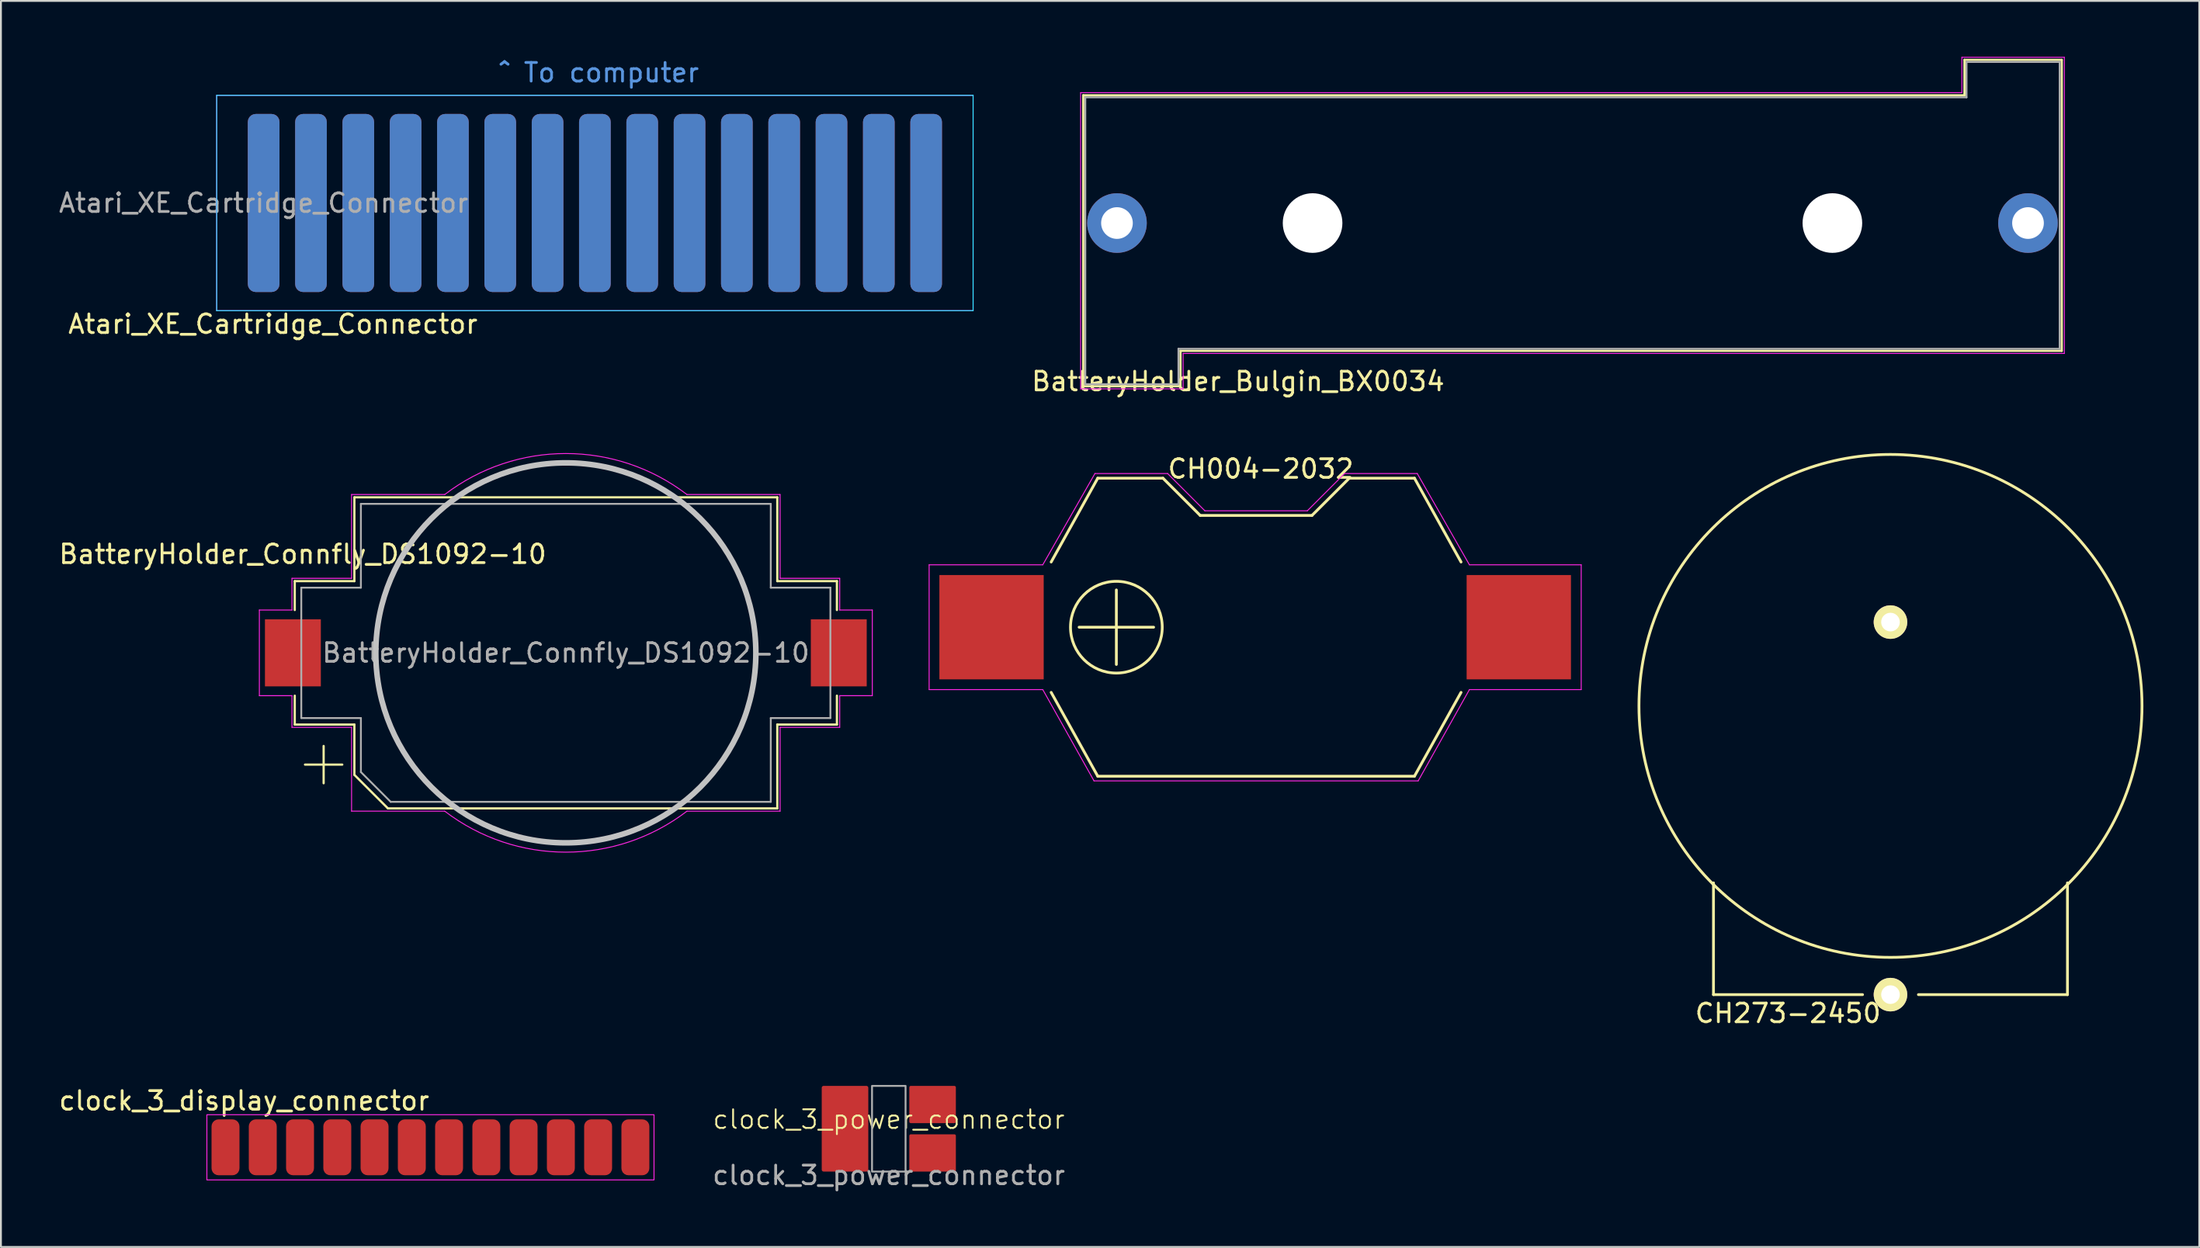
<source format=kicad_pcb>
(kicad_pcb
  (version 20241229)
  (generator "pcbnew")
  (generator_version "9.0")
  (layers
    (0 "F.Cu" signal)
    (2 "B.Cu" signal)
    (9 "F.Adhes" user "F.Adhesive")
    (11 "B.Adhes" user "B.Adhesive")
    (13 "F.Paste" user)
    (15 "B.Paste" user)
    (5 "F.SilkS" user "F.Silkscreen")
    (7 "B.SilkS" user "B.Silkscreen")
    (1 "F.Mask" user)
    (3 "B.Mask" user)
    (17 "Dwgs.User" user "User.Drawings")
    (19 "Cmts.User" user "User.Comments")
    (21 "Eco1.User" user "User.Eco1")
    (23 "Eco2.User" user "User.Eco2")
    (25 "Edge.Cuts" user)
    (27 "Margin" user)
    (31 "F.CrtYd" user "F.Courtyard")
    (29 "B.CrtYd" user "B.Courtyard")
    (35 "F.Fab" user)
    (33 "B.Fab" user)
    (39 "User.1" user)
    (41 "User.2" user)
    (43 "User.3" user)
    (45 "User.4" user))
  (footprint "BatteryHolder_Connfly_DS1092-10"
    (layer "F.Cu")
    (at 27.321 31.999)
    (property "Reference" "BatteryHolder_Connfly_DS1092-10" (at -14.125 -5.3 0) (layer "F.SilkS") (effects (font (size 1 1) (thickness 0.15))))
    (attr smd)
    (fp_line (start -14.55 -3.85) (end -14.55 -2.3) (stroke (width 0.12) (type solid)) (layer "F.SilkS"))
    (fp_line (start -14.55 3.85) (end -14.55 2.3) (stroke (width 0.12) (type solid)) (layer "F.SilkS"))
    (fp_line (start -13 5) (end -13 7) (stroke (width 0.12) (type solid)) (layer "F.SilkS"))
    (fp_line (start -12 6) (end -14 6) (stroke (width 0.12) (type solid)) (layer "F.SilkS"))
    (fp_line (start -11.35 -8.35) (end -11.35 -3.85) (stroke (width 0.12) (type solid)) (layer "F.SilkS"))
    (fp_line (start -11.35 -8.35) (end 11.35 -8.35) (stroke (width 0.12) (type solid)) (layer "F.SilkS"))
    (fp_line (start -11.35 -3.85) (end -14.55 -3.85) (stroke (width 0.12) (type solid)) (layer "F.SilkS"))
    (fp_line (start -11.35 3.85) (end -14.55 3.85) (stroke (width 0.12) (type solid)) (layer "F.SilkS"))
    (fp_line (start -11.35 6.55) (end -11.35 3.85) (stroke (width 0.12) (type solid)) (layer "F.SilkS"))
    (fp_line (start -9.55 8.35) (end -11.35 6.55) (stroke (width 0.12) (type solid)) (layer "F.SilkS"))
    (fp_line (start 11.35 -8.35) (end 11.35 -3.85) (stroke (width 0.12) (type solid)) (layer "F.SilkS"))
    (fp_line (start 11.35 -3.85) (end 14.55 -3.85) (stroke (width 0.12) (type solid)) (layer "F.SilkS"))
    (fp_line (start 11.35 3.85) (end 14.55 3.85) (stroke (width 0.12) (type solid)) (layer "F.SilkS"))
    (fp_line (start 11.35 8.35) (end -9.55 8.35) (stroke (width 0.12) (type solid)) (layer "F.SilkS"))
    (fp_line (start 11.35 8.35) (end 11.35 3.85) (stroke (width 0.12) (type solid)) (layer "F.SilkS"))
    (fp_line (start 14.55 -3.85) (end 14.55 -2.3) (stroke (width 0.12) (type solid)) (layer "F.SilkS"))
    (fp_line (start 14.55 3.85) (end 14.55 2.3) (stroke (width 0.12) (type solid)) (layer "F.SilkS"))
    (fp_circle (center 0 0) (end -10.2 0) (stroke (width 0.3) (type solid)) (fill no) (layer "Dwgs.User"))
    (fp_line (start -16.45 2.3) (end -16.45 -2.3) (stroke (width 0.05) (type solid)) (layer "F.CrtYd"))
    (fp_line (start -14.7 -4) (end -11.5 -4) (stroke (width 0.05) (type solid)) (layer "F.CrtYd"))
    (fp_line (start -14.7 -2.3) (end -16.45 -2.3) (stroke (width 0.05) (type solid)) (layer "F.CrtYd"))
    (fp_line (start -14.7 -2.3) (end -14.7 -4) (stroke (width 0.05) (type solid)) (layer "F.CrtYd"))
    (fp_line (start -14.7 2.3) (end -16.45 2.3) (stroke (width 0.05) (type solid)) (layer "F.CrtYd"))
    (fp_line (start -14.7 4) (end -14.7 2.3) (stroke (width 0.05) (type solid)) (layer "F.CrtYd"))
    (fp_line (start -14.7 4) (end -11.5 4) (stroke (width 0.05) (type solid)) (layer "F.CrtYd"))
    (fp_line (start -11.5 -8.5) (end -6.5 -8.5) (stroke (width 0.05) (type solid)) (layer "F.CrtYd"))
    (fp_line (start -11.5 -4) (end -11.5 -8.5) (stroke (width 0.05) (type solid)) (layer "F.CrtYd"))
    (fp_line (start -11.5 4) (end -11.5 8.5) (stroke (width 0.05) (type solid)) (layer "F.CrtYd"))
    (fp_line (start -6.5 8.5) (end -11.5 8.5) (stroke (width 0.05) (type solid)) (layer "F.CrtYd"))
    (fp_line (start 11.5 -8.5) (end 6.5 -8.5) (stroke (width 0.05) (type solid)) (layer "F.CrtYd"))
    (fp_line (start 11.5 -8.5) (end 11.5 -4) (stroke (width 0.05) (type solid)) (layer "F.CrtYd"))
    (fp_line (start 11.5 -4) (end 14.7 -4) (stroke (width 0.05) (type solid)) (layer "F.CrtYd"))
    (fp_line (start 11.5 4) (end 11.5 8.5) (stroke (width 0.05) (type solid)) (layer "F.CrtYd"))
    (fp_line (start 11.5 8.5) (end 6.5 8.5) (stroke (width 0.05) (type solid)) (layer "F.CrtYd"))
    (fp_line (start 14.7 -4) (end 14.7 -2.3) (stroke (width 0.05) (type solid)) (layer "F.CrtYd"))
    (fp_line (start 14.7 -2.3) (end 16.45 -2.3) (stroke (width 0.05) (type solid)) (layer "F.CrtYd"))
    (fp_line (start 14.7 2.3) (end 14.7 4) (stroke (width 0.05) (type solid)) (layer "F.CrtYd"))
    (fp_line (start 14.7 4) (end 11.5 4) (stroke (width 0.05) (type solid)) (layer "F.CrtYd"))
    (fp_line (start 16.45 -2.3) (end 16.45 2.3) (stroke (width 0.05) (type solid)) (layer "F.CrtYd"))
    (fp_line (start 16.45 2.3) (end 14.7 2.3) (stroke (width 0.05) (type solid)) (layer "F.CrtYd"))
    (fp_arc (start -6.499999 -8.5) (mid 0 -10.700467) (end 6.5 -8.5) (stroke (width 0.05) (type solid)) (layer "F.CrtYd"))
    (fp_arc (start 6.499999 8.5) (mid 0 10.700467) (end -6.5 8.5) (stroke (width 0.05) (type solid)) (layer "F.CrtYd"))
    (fp_line (start -14.2 -3.5) (end -11 -3.5) (stroke (width 0.1) (type solid)) (layer "F.Fab"))
    (fp_line (start -14.2 3.5) (end -14.2 -3.5) (stroke (width 0.1) (type solid)) (layer "F.Fab"))
    (fp_line (start -11 -8) (end -11 -3.5) (stroke (width 0.1) (type solid)) (layer "F.Fab"))
    (fp_line (start -11 3.5) (end -14.2 3.5) (stroke (width 0.1) (type solid)) (layer "F.Fab"))
    (fp_line (start -11 6.4) (end -11 3.5) (stroke (width 0.1) (type solid)) (layer "F.Fab"))
    (fp_line (start -9.4 8) (end -11 6.4) (stroke (width 0.1) (type solid)) (layer "F.Fab"))
    (fp_line (start 11 -8) (end -11 -8) (stroke (width 0.1) (type solid)) (layer "F.Fab"))
    (fp_line (start 11 -8) (end 11 -3.5) (stroke (width 0.1) (type solid)) (layer "F.Fab"))
    (fp_line (start 11 3.5) (end 14.2 3.5) (stroke (width 0.1) (type solid)) (layer "F.Fab"))
    (fp_line (start 11 8) (end -9.4 8) (stroke (width 0.1) (type solid)) (layer "F.Fab"))
    (fp_line (start 11 8) (end 11 3.5) (stroke (width 0.1) (type solid)) (layer "F.Fab"))
    (fp_line (start 14.2 -3.5) (end 11 -3.5) (stroke (width 0.1) (type solid)) (layer "F.Fab"))
    (fp_line (start 14.2 3.5) (end 14.2 -3.5) (stroke (width 0.1) (type solid)) (layer "F.Fab"))
    (fp_text user "${REFERENCE}" (at 0 0 0) (layer "F.Fab") (effects (font (size 1 1) (thickness 0.15))))
    (pad "1" smd rect (at -14.65 0 180) (size 3 3.6) (layers "F.Cu" "F.Mask" "F.Paste"))
    (pad "2" smd rect (at 14.65 0 180) (size 3 3.6) (layers "F.Cu" "F.Mask" "F.Paste")))
  (footprint "CH004-2032"
    (layer "F.Cu")
    (at 64.371 30.622)
    (property "Reference" "CH004-2032" (at 0.25 -8.5 0) (layer "F.SilkS") (effects (font (size 1 1) (thickness 0.15))))
    (attr through_hole)
    (fp_line (start -11 3.5) (end -8.5 8) (stroke (width 0.15) (type solid)) (layer "F.SilkS"))
    (fp_line (start -9.5 0) (end -5.5 0) (stroke (width 0.15) (type solid)) (layer "F.SilkS"))
    (fp_line (start -8.5 -8) (end -11 -3.5) (stroke (width 0.15) (type solid)) (layer "F.SilkS"))
    (fp_line (start -8.5 8) (end 8.5 8) (stroke (width 0.15) (type solid)) (layer "F.SilkS"))
    (fp_line (start -7.5 -2) (end -7.5 2) (stroke (width 0.15) (type solid)) (layer "F.SilkS"))
    (fp_line (start -5 -8) (end -8.5 -8) (stroke (width 0.15) (type solid)) (layer "F.SilkS"))
    (fp_line (start -3 -6) (end -5 -8) (stroke (width 0.15) (type solid)) (layer "F.SilkS"))
    (fp_line (start 3 -6) (end -3 -6) (stroke (width 0.15) (type solid)) (layer "F.SilkS"))
    (fp_line (start 5 -8) (end 3 -6) (stroke (width 0.15) (type solid)) (layer "F.SilkS"))
    (fp_line (start 8.5 -8) (end 5 -8) (stroke (width 0.15) (type solid)) (layer "F.SilkS"))
    (fp_line (start 8.5 8) (end 11 3.5) (stroke (width 0.15) (type solid)) (layer "F.SilkS"))
    (fp_line (start 11 -3.5) (end 8.5 -8) (stroke (width 0.15) (type solid)) (layer "F.SilkS"))
    (fp_circle (center -7.5 0) (end -8.5 -2.25) (stroke (width 0.15) (type solid)) (fill no) (layer "F.SilkS"))
    (fp_line (start -17.55 -3.35) (end -11.45 -3.35) (stroke (width 0.05) (type solid)) (layer "F.CrtYd"))
    (fp_line (start -17.55 3.35) (end -17.55 -3.35) (stroke (width 0.05) (type solid)) (layer "F.CrtYd"))
    (fp_line (start -11.45 -3.35) (end -8.65 -8.25) (stroke (width 0.05) (type solid)) (layer "F.CrtYd"))
    (fp_line (start -11.45 3.35) (end -17.55 3.35) (stroke (width 0.05) (type solid)) (layer "F.CrtYd"))
    (fp_line (start -8.7 8.25) (end -11.45 3.35) (stroke (width 0.05) (type solid)) (layer "F.CrtYd"))
    (fp_line (start -8.65 -8.25) (end -4.75 -8.25) (stroke (width 0.05) (type solid)) (layer "F.CrtYd"))
    (fp_line (start -4.75 -8.25) (end -2.75 -6.25) (stroke (width 0.05) (type solid)) (layer "F.CrtYd"))
    (fp_line (start -2.75 -6.25) (end 2.75 -6.25) (stroke (width 0.05) (type solid)) (layer "F.CrtYd"))
    (fp_line (start 2.75 -6.25) (end 4.75 -8.25) (stroke (width 0.05) (type solid)) (layer "F.CrtYd"))
    (fp_line (start 4.75 -8.25) (end 8.65 -8.25) (stroke (width 0.05) (type solid)) (layer "F.CrtYd"))
    (fp_line (start 8.65 -8.25) (end 11.45 -3.35) (stroke (width 0.05) (type solid)) (layer "F.CrtYd"))
    (fp_line (start 8.7 8.25) (end -8.7 8.25) (stroke (width 0.05) (type solid)) (layer "F.CrtYd"))
    (fp_line (start 11.45 -3.35) (end 17.45 -3.35) (stroke (width 0.05) (type solid)) (layer "F.CrtYd"))
    (fp_line (start 11.45 3.35) (end 8.7 8.25) (stroke (width 0.05) (type solid)) (layer "F.CrtYd"))
    (fp_line (start 17.45 -3.35) (end 17.45 3.35) (stroke (width 0.05) (type solid)) (layer "F.CrtYd"))
    (fp_line (start 17.45 3.35) (end 11.45 3.35) (stroke (width 0.05) (type solid)) (layer "F.CrtYd"))
    (pad "1" smd rect (at -14.2 0) (size 5.6 5.6) (layers "F.Cu" "F.Mask" "F.Paste"))
    (pad "2" smd rect (at 14.1 0) (size 5.6 5.6) (layers "F.Cu" "F.Mask" "F.Paste")))
  (footprint "clock_3_power_connector"
    (layer "F.Cu")
    (at 44.656 57.547)
    (property "Reference" "clock_3_power_connector" (at 0 -0.5 0) (unlocked yes) (layer "F.SilkS") (effects (font (size 1 1) (thickness 0.1))))
    (attr smd)
    (fp_rect (start -0.9 -2.3) (end 0.9 2.3) (stroke (width 0.1) (type default)) (fill no) (layer "F.Fab"))
    (fp_text user "${REFERENCE}" (at 0 2.5 0) (unlocked yes) (layer "F.Fab") (effects (font (size 1 1) (thickness 0.15))))
    (pad "1" smd roundrect (at 2.35 -1.3) (size 2.5 2) (layers "F.Cu" "F.Mask" "F.Paste") (roundrect_rratio 0.04))
    (pad "2" smd roundrect (at 2.35 1.3) (size 2.5 2) (layers "F.Cu" "F.Mask" "F.Paste") (roundrect_rratio 0.04))
    (pad "3" smd roundrect (at -2.35 0) (size 2.5 4.6) (layers "F.Cu" "F.Mask" "F.Paste") (roundrect_rratio 0.04)))
  (footprint "clock_3_display_connector"
    (layer "F.Cu")
    (at 9.054 58.545)
    (property "Reference" "clock_3_display_connector" (at 1 -2.5 0) (unlocked yes) (layer "F.SilkS") (effects (font (size 1 1) (thickness 0.15))))
    (attr smd)
    (fp_rect (start -1 -1.75) (end 23 1.75) (stroke (width 0.05) (type default)) (fill no) (layer "F.CrtYd"))
    (pad "1" smd roundrect (at 0 0) (size 1.5 3) (layers "F.Cu" "F.Mask" "F.Paste") (roundrect_rratio 0.25))
    (pad "2" smd roundrect (at 2 0) (size 1.5 3) (layers "F.Cu" "F.Mask" "F.Paste") (roundrect_rratio 0.25))
    (pad "3" smd roundrect (at 4 0) (size 1.5 3) (layers "F.Cu" "F.Mask" "F.Paste") (roundrect_rratio 0.25))
    (pad "4" smd roundrect (at 6 0) (size 1.5 3) (layers "F.Cu" "F.Mask" "F.Paste") (roundrect_rratio 0.25))
    (pad "5" smd roundrect (at 8 0) (size 1.5 3) (layers "F.Cu" "F.Mask" "F.Paste") (roundrect_rratio 0.25))
    (pad "6" smd roundrect (at 10 0) (size 1.5 3) (layers "F.Cu" "F.Mask" "F.Paste") (roundrect_rratio 0.25))
    (pad "7" smd roundrect (at 12 0) (size 1.5 3) (layers "F.Cu" "F.Mask" "F.Paste") (roundrect_rratio 0.25))
    (pad "8" smd roundrect (at 14 0) (size 1.5 3) (layers "F.Cu" "F.Mask" "F.Paste") (roundrect_rratio 0.25))
    (pad "9" smd roundrect (at 16 0) (size 1.5 3) (layers "F.Cu" "F.Mask" "F.Paste") (roundrect_rratio 0.25))
    (pad "10" smd roundrect (at 18 0) (size 1.5 3) (layers "F.Cu" "F.Mask" "F.Paste") (roundrect_rratio 0.25))
    (pad "11" smd roundrect (at 20 0) (size 1.5 3) (layers "F.Cu" "F.Mask" "F.Paste") (roundrect_rratio 0.25))
    (pad "12" smd roundrect (at 22 0) (size 1.5 3) (layers "F.Cu" "F.Mask" "F.Paste") (roundrect_rratio 0.25)))
  (footprint "Atari_XE_Cartridge_Connector"
    (layer "F.Cu")
    (at 11.101 7.848)
    (property "Reference" "Atari_XE_Cartridge_Connector" (at 0.5 6.5 0) (layer "F.SilkS") (effects (font (size 1 1) (thickness 0.15))))
    (attr smd)
    (fp_line (start -2.52 -5.78) (end 38.08 -5.78) (stroke (width 0.05) (type solid)) (layer "B.CrtYd"))
    (fp_line (start -2.52 5.78) (end -2.52 -5.78) (stroke (width 0.05) (type solid)) (layer "B.CrtYd"))
    (fp_line (start 38.08 -5.78) (end 38.08 5.78) (stroke (width 0.05) (type solid)) (layer "B.CrtYd"))
    (fp_line (start 38.08 5.78) (end -2.52 5.78) (stroke (width 0.05) (type solid)) (layer "B.CrtYd"))
    (fp_line (start -2.52 -5.78) (end 38.08 -5.78) (stroke (width 0.05) (type solid)) (layer "F.CrtYd"))
    (fp_line (start -2.52 5.78) (end -2.52 -5.78) (stroke (width 0.05) (type solid)) (layer "F.CrtYd"))
    (fp_line (start 38.08 -5.78) (end 38.08 5.78) (stroke (width 0.05) (type solid)) (layer "F.CrtYd"))
    (fp_line (start 38.08 5.78) (end -2.52 5.78) (stroke (width 0.05) (type solid)) (layer "F.CrtYd"))
    (fp_text user "^ To computer" (at 18 -7 0) (layer "Cmts.User") (effects (font (size 1 1) (thickness 0.15))))
    (fp_text user "${REFERENCE}" (at 0 0 0) (layer "F.Fab") (effects (font (size 1 1) (thickness 0.15))))
    (pad "1" smd roundrect (at 0 0) (size 1.7 9.56) (layers "B.Cu" "B.Mask" "B.Paste") (roundrect_rratio 0.25))
    (pad "2" smd roundrect (at 2.54 0) (size 1.7 9.56) (layers "B.Cu" "B.Mask" "B.Paste") (roundrect_rratio 0.25))
    (pad "3" smd roundrect (at 5.08 0) (size 1.7 9.56) (layers "B.Cu" "B.Mask" "B.Paste") (roundrect_rratio 0.25))
    (pad "4" smd roundrect (at 7.62 0) (size 1.7 9.56) (layers "B.Cu" "B.Mask" "B.Paste") (roundrect_rratio 0.25))
    (pad "5" smd roundrect (at 10.16 0) (size 1.7 9.56) (layers "B.Cu" "B.Mask" "B.Paste") (roundrect_rratio 0.25))
    (pad "6" smd roundrect (at 12.7 0) (size 1.7 9.56) (layers "B.Cu" "B.Mask" "B.Paste") (roundrect_rratio 0.25))
    (pad "7" smd roundrect (at 15.24 0) (size 1.7 9.56) (layers "B.Cu" "B.Mask" "B.Paste") (roundrect_rratio 0.25))
    (pad "8" smd roundrect (at 17.78 0) (size 1.7 9.56) (layers "B.Cu" "B.Mask" "B.Paste") (roundrect_rratio 0.25))
    (pad "9" smd roundrect (at 20.32 0) (size 1.7 9.56) (layers "B.Cu" "B.Mask" "B.Paste") (roundrect_rratio 0.25))
    (pad "10" smd roundrect (at 22.86 0) (size 1.7 9.56) (layers "B.Cu" "B.Mask" "B.Paste") (roundrect_rratio 0.25))
    (pad "11" smd roundrect (at 25.4 0) (size 1.7 9.56) (layers "B.Cu" "B.Mask" "B.Paste") (roundrect_rratio 0.25))
    (pad "12" smd roundrect (at 27.94 0) (size 1.7 9.56) (layers "B.Cu" "B.Mask" "B.Paste") (roundrect_rratio 0.25))
    (pad "13" smd roundrect (at 30.48 0) (size 1.7 9.56) (layers "B.Cu" "B.Mask" "B.Paste") (roundrect_rratio 0.25))
    (pad "14" smd roundrect (at 33.02 0) (size 1.7 9.56) (layers "B.Cu" "B.Mask" "B.Paste") (roundrect_rratio 0.25))
    (pad "15" smd roundrect (at 35.56 0) (size 1.7 9.56) (layers "B.Cu" "B.Mask" "B.Paste") (roundrect_rratio 0.25))
    (pad "16" smd roundrect (at 0 0) (size 1.7 9.56) (layers "F.Cu" "F.Mask" "F.Paste") (roundrect_rratio 0.25))
    (pad "17" smd roundrect (at 2.54 0) (size 1.7 9.56) (layers "F.Cu" "F.Mask" "F.Paste") (roundrect_rratio 0.25))
    (pad "18" smd roundrect (at 5.08 0) (size 1.7 9.56) (layers "F.Cu" "F.Mask" "F.Paste") (roundrect_rratio 0.25))
    (pad "19" smd roundrect (at 7.62 0) (size 1.7 9.56) (layers "F.Cu" "F.Mask" "F.Paste") (roundrect_rratio 0.25))
    (pad "20" smd roundrect (at 10.16 0) (size 1.7 9.56) (layers "F.Cu" "F.Mask" "F.Paste") (roundrect_rratio 0.25))
    (pad "21" smd roundrect (at 12.7 0) (size 1.7 9.56) (layers "F.Cu" "F.Mask" "F.Paste") (roundrect_rratio 0.25))
    (pad "22" smd roundrect (at 15.24 0) (size 1.7 9.56) (layers "F.Cu" "F.Mask" "F.Paste") (roundrect_rratio 0.25))
    (pad "23" smd roundrect (at 17.78 0) (size 1.7 9.56) (layers "F.Cu" "F.Mask" "F.Paste") (roundrect_rratio 0.25))
    (pad "24" smd roundrect (at 20.32 0) (size 1.7 9.56) (layers "F.Cu" "F.Mask" "F.Paste") (roundrect_rratio 0.25))
    (pad "25" smd roundrect (at 22.86 0) (size 1.7 9.56) (layers "F.Cu" "F.Mask" "F.Paste") (roundrect_rratio 0.25))
    (pad "26" smd roundrect (at 25.4 0) (size 1.7 9.56) (layers "F.Cu" "F.Mask" "F.Paste") (roundrect_rratio 0.25))
    (pad "27" smd roundrect (at 27.94 0) (size 1.7 9.56) (layers "F.Cu" "F.Mask" "F.Paste") (roundrect_rratio 0.25))
    (pad "28" smd roundrect (at 30.48 0) (size 1.7 9.56) (layers "F.Cu" "F.Mask" "F.Paste") (roundrect_rratio 0.25))
    (pad "29" smd roundrect (at 33.02 0) (size 1.7 9.56) (layers "F.Cu" "F.Mask" "F.Paste") (roundrect_rratio 0.25))
    (pad "30" smd roundrect (at 35.56 0) (size 1.7 9.56) (layers "F.Cu" "F.Mask" "F.Paste") (roundrect_rratio 0.25)))
  (footprint "BatteryHolder_Bulgin_BX0034"
    (layer "F.Cu")
    (at 56.903 8.925)
    (property "Reference" "BatteryHolder_Bulgin_BX0034" (at 6.5 8.5 0) (layer "F.SilkS") (effects (font (size 1 1) (thickness 0.15))))
    (attr through_hole)
    (fp_line (start -1.81 -6.86) (end 45.49 -6.86) (stroke (width 0.12) (type solid)) (layer "F.SilkS"))
    (fp_line (start -1.81 8.76) (end -1.81 -6.86) (stroke (width 0.12) (type solid)) (layer "F.SilkS"))
    (fp_line (start 3.41 6.86) (end 3.41 8.76) (stroke (width 0.12) (type solid)) (layer "F.SilkS"))
    (fp_line (start 3.41 8.76) (end -1.81 8.76) (stroke (width 0.12) (type solid)) (layer "F.SilkS"))
    (fp_line (start 45.49 -8.76) (end 50.71 -8.76) (stroke (width 0.12) (type solid)) (layer "F.SilkS"))
    (fp_line (start 45.49 -6.86) (end 45.49 -8.76) (stroke (width 0.12) (type solid)) (layer "F.SilkS"))
    (fp_line (start 50.71 -8.76) (end 50.71 6.86) (stroke (width 0.12) (type solid)) (layer "F.SilkS"))
    (fp_line (start 50.71 6.86) (end 3.41 6.86) (stroke (width 0.12) (type solid)) (layer "F.SilkS"))
    (fp_line (start -1.95 -7) (end 45.35 -7) (stroke (width 0.05) (type solid)) (layer "F.CrtYd"))
    (fp_line (start -1.95 8.9) (end -1.95 -7) (stroke (width 0.05) (type solid)) (layer "F.CrtYd"))
    (fp_line (start 3.55 7) (end 3.55 8.9) (stroke (width 0.05) (type solid)) (layer "F.CrtYd"))
    (fp_line (start 3.55 8.9) (end -1.95 8.9) (stroke (width 0.05) (type solid)) (layer "F.CrtYd"))
    (fp_line (start 45.35 -8.9) (end 50.85 -8.9) (stroke (width 0.05) (type solid)) (layer "F.CrtYd"))
    (fp_line (start 45.35 -7) (end 45.35 -8.9) (stroke (width 0.05) (type solid)) (layer "F.CrtYd"))
    (fp_line (start 50.85 -8.9) (end 50.85 7) (stroke (width 0.05) (type solid)) (layer "F.CrtYd"))
    (fp_line (start 50.85 7) (end 3.55 7) (stroke (width 0.05) (type solid)) (layer "F.CrtYd"))
    (fp_line (start -1.7 -6.75) (end -1.7 8.65) (stroke (width 0.1) (type solid)) (layer "F.Fab"))
    (fp_line (start -1.7 8.65) (end 3.3 8.65) (stroke (width 0.1) (type solid)) (layer "F.Fab"))
    (fp_line (start 3.3 6.75) (end 50.6 6.75) (stroke (width 0.1) (type solid)) (layer "F.Fab"))
    (fp_line (start 3.3 8.65) (end 3.3 6.75) (stroke (width 0.1) (type solid)) (layer "F.Fab"))
    (fp_line (start 45.6 -8.65) (end 45.6 -6.75) (stroke (width 0.1) (type solid)) (layer "F.Fab"))
    (fp_line (start 45.6 -6.75) (end -1.7 -6.75) (stroke (width 0.1) (type solid)) (layer "F.Fab"))
    (fp_line (start 50.6 -8.65) (end 45.6 -8.65) (stroke (width 0.1) (type solid)) (layer "F.Fab"))
    (fp_line (start 50.6 6.75) (end 50.6 -8.65) (stroke (width 0.1) (type solid)) (layer "F.Fab"))
    (pad "" np_thru_hole circle (at 10.5 0) (size 3.2 3.2) (drill 3.2) (layers "*.Cu" "*.Mask"))
    (pad "" np_thru_hole circle (at 38.4 0) (size 3.2 3.2) (drill 3.2) (layers "*.Cu" "*.Mask"))
    (pad "1" thru_hole circle (at 0 0) (size 3.2 3.2) (drill 1.7) (layers "*.Cu" "*.Mask"))
    (pad "2" thru_hole circle (at 48.9 0) (size 3.2 3.2) (drill 1.7) (layers "*.Cu" "*.Mask")))
  (footprint "CH273-2450"
    (layer "F.Cu")
    (at 98.421 34.848)
    (property "Reference" "CH273-2450" (at -5.5 16.5 0) (layer "F.SilkS") (effects (font (size 1 1) (thickness 0.15))))
    (attr through_hole)
    (fp_line (start -9.5 15.5) (end -9.5 9.5) (stroke (width 0.15) (type solid)) (layer "F.SilkS"))
    (fp_line (start -1.5 15.5) (end -9.5 15.5) (stroke (width 0.15) (type solid)) (layer "F.SilkS"))
    (fp_line (start 9.5 9.5) (end 9.5 15.5) (stroke (width 0.15) (type solid)) (layer "F.SilkS"))
    (fp_line (start 9.5 15.5) (end 1.5 15.5) (stroke (width 0.15) (type solid)) (layer "F.SilkS"))
    (fp_circle (center 0 0) (end 13.5 0) (stroke (width 0.15) (type solid)) (fill no) (layer "F.SilkS"))
    (pad "1" thru_hole circle (at 0 15.5) (size 1.8 1.8) (drill 1) (layers "*.Cu" "*.Mask" "F.SilkS"))
    (pad "2" thru_hole circle (at 0 -4.5) (size 1.8 1.8) (drill 1) (layers "*.Cu" "*.Mask" "F.SilkS")))
  (gr_rect
    (start -3 -3)
    (end 114.996 63.895)
    (stroke (width 0.1) (type default))
    (fill no)
    (layer "Edge.Cuts")))
</source>
